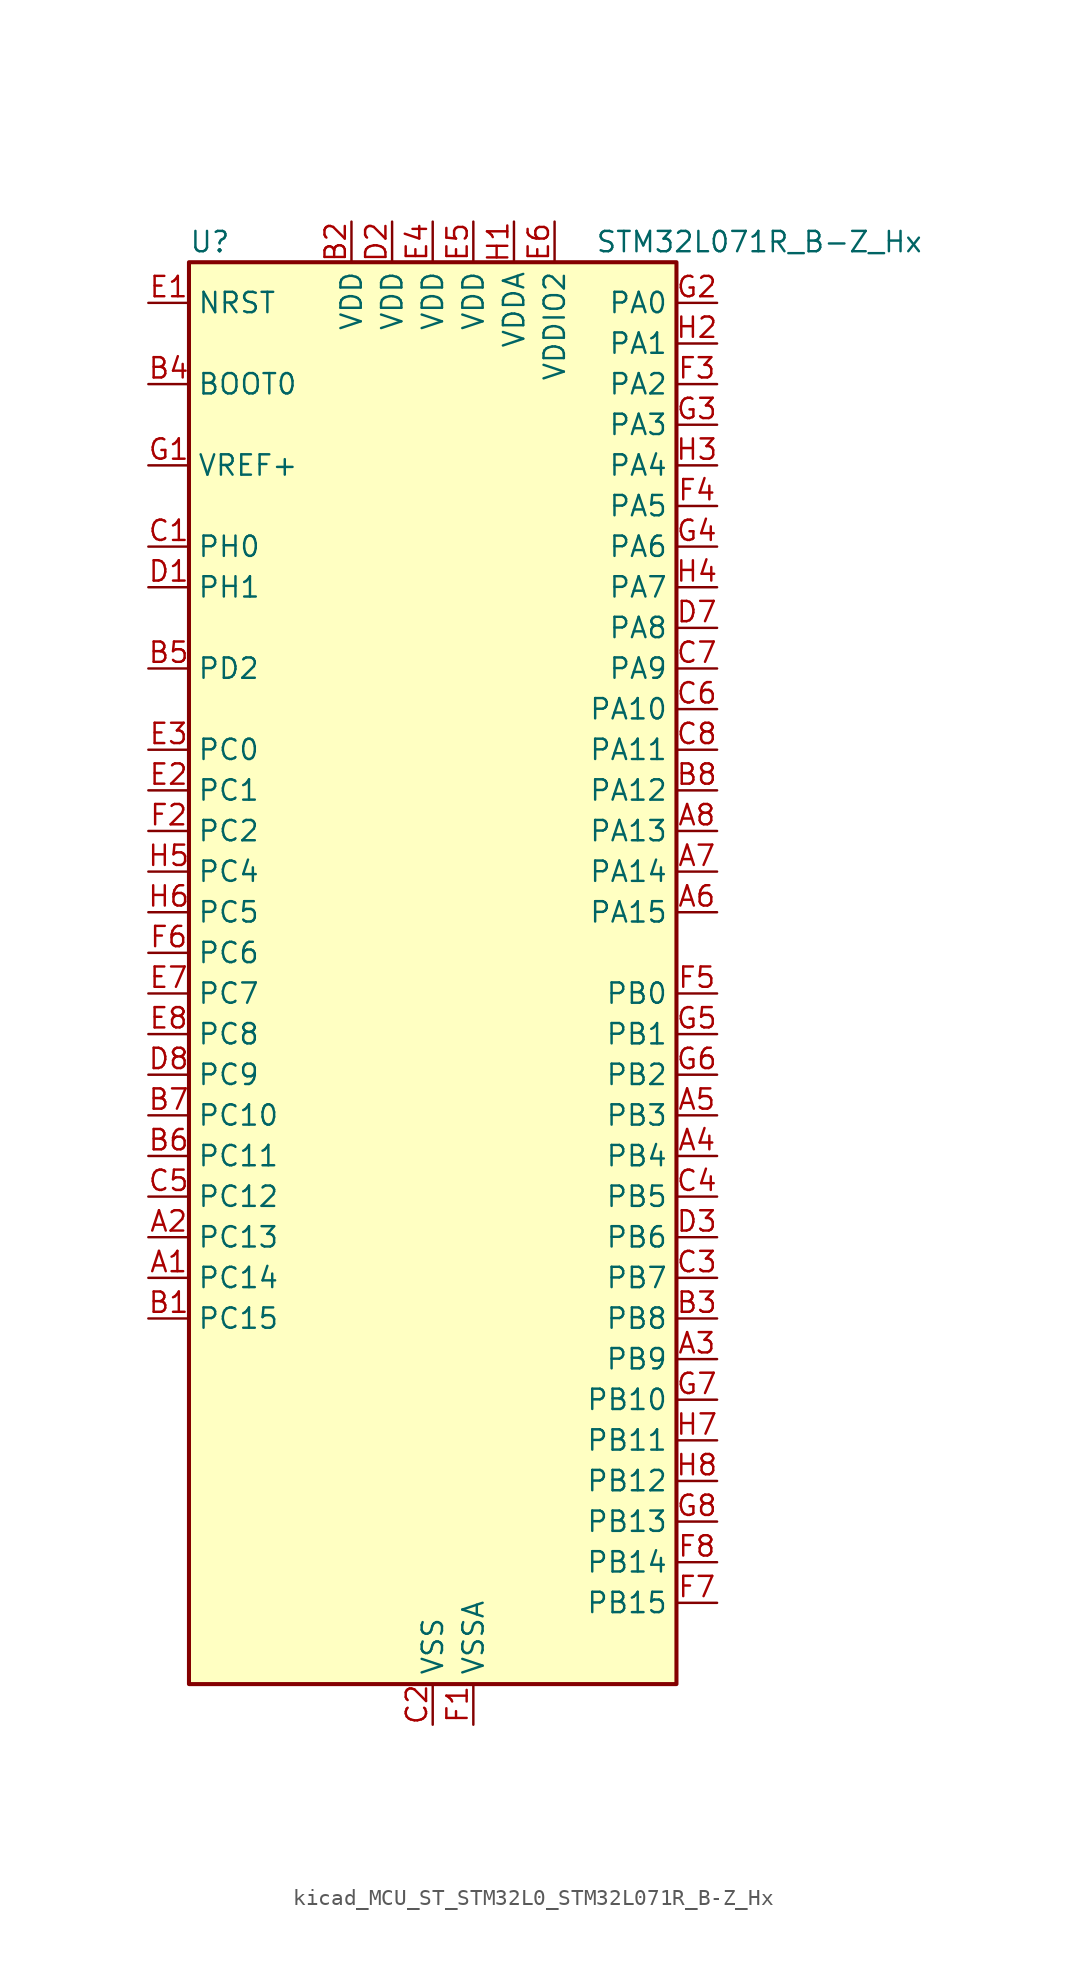
<source format=kicad_sym>
(kicad_symbol_lib
  (version 20220914)
  (generator kicad_symbol_editor)
  (symbol "kicad_MCU_ST_STM32L0_STM32L071R_B-Z_Hx"
    (property "Reference" "U"
      (at -15.24 46.99 0)
      (effects (font (size 1.27 1.27)) (justify left)))
    (property "Value" "STM32L071R_B-Z_Hx"
      (at 10.16 46.99 0)
      (effects (font (size 1.27 1.27)) (justify left)))
    (property "ki_locked" ""
      (at 0 0 0)
      (effects (font (size 1.27 1.27))))
    (symbol "kicad_MCU_ST_STM32L0_STM32L071R_B-Z_Hx_0_1"
      (rectangle (start -15.24 -43.18) (end 15.24 45.72) (stroke (width 0.254) (type default)) (fill (type background))))
    (symbol "kicad_MCU_ST_STM32L0_STM32L071R_B-Z_Hx_1_1"
      (pin bidirectional line (at -17.78 -17.78 0) (length 2.54) (name "PC14" (effects (font (size 1.27 1.27)))) (number "A1" (effects (font (size 1.27 1.27)))) (alternate "RCC_OSC32_IN" bidirectional line))
      (pin bidirectional line (at -17.78 -15.24 0) (length 2.54) (name "PC13" (effects (font (size 1.27 1.27)))) (number "A2" (effects (font (size 1.27 1.27)))) (alternate "RTC_OUT_ALARM" bidirectional line) (alternate "RTC_OUT_CALIB" bidirectional line) (alternate "RTC_TAMP1" bidirectional line) (alternate "RTC_TS" bidirectional line) (alternate "SYS_WKUP2" bidirectional line))
      (pin bidirectional line (at 17.78 -22.86 180) (length 2.54) (name "PB9" (effects (font (size 1.27 1.27)))) (number "A3" (effects (font (size 1.27 1.27)))) (alternate "I2C1_SDA" bidirectional line) (alternate "I2S2_WS" bidirectional line) (alternate "SPI2_NSS" bidirectional line))
      (pin bidirectional line (at 17.78 -10.16 180) (length 2.54) (name "PB4" (effects (font (size 1.27 1.27)))) (number "A4" (effects (font (size 1.27 1.27)))) (alternate "COMP2_INP" bidirectional line) (alternate "I2C3_SDA" bidirectional line) (alternate "SPI1_MISO" bidirectional line) (alternate "TIM22_CH1" bidirectional line) (alternate "TIM3_CH1" bidirectional line) (alternate "USART1_CTS" bidirectional line) (alternate "USART5_RX" bidirectional line))
      (pin bidirectional line (at 17.78 -7.62 180) (length 2.54) (name "PB3" (effects (font (size 1.27 1.27)))) (number "A5" (effects (font (size 1.27 1.27)))) (alternate "COMP2_INM" bidirectional line) (alternate "SPI1_SCK" bidirectional line) (alternate "TIM2_CH2" bidirectional line) (alternate "USART1_DE" bidirectional line) (alternate "USART1_RTS" bidirectional line) (alternate "USART5_TX" bidirectional line))
      (pin bidirectional line (at 17.78 5.08 180) (length 2.54) (name "PA15" (effects (font (size 1.27 1.27)))) (number "A6" (effects (font (size 1.27 1.27)))) (alternate "SPI1_NSS" bidirectional line) (alternate "TIM2_CH1" bidirectional line) (alternate "TIM2_ETR" bidirectional line) (alternate "USART2_RX" bidirectional line) (alternate "USART4_DE" bidirectional line) (alternate "USART4_RTS" bidirectional line))
      (pin bidirectional line (at 17.78 7.62 180) (length 2.54) (name "PA14" (effects (font (size 1.27 1.27)))) (number "A7" (effects (font (size 1.27 1.27)))) (alternate "LPUART1_TX" bidirectional line) (alternate "SYS_SWCLK" bidirectional line) (alternate "USART2_TX" bidirectional line))
      (pin bidirectional line (at 17.78 10.16 180) (length 2.54) (name "PA13" (effects (font (size 1.27 1.27)))) (number "A8" (effects (font (size 1.27 1.27)))) (alternate "LPUART1_RX" bidirectional line) (alternate "SYS_SWDIO" bidirectional line))
      (pin bidirectional line (at -17.78 -20.32 0) (length 2.54) (name "PC15" (effects (font (size 1.27 1.27)))) (number "B1" (effects (font (size 1.27 1.27)))) (alternate "RCC_OSC32_OUT" bidirectional line))
      (pin power_in line (at -5.08 48.26 270) (length 2.54) (name "VDD" (effects (font (size 1.27 1.27)))) (number "B2" (effects (font (size 1.27 1.27)))))
      (pin bidirectional line (at 17.78 -20.32 180) (length 2.54) (name "PB8" (effects (font (size 1.27 1.27)))) (number "B3" (effects (font (size 1.27 1.27)))) (alternate "I2C1_SCL" bidirectional line))
      (pin input line (at -17.78 38.1 0) (length 2.54) (name "BOOT0" (effects (font (size 1.27 1.27)))) (number "B4" (effects (font (size 1.27 1.27)))))
      (pin bidirectional line (at -17.78 20.32 0) (length 2.54) (name "PD2" (effects (font (size 1.27 1.27)))) (number "B5" (effects (font (size 1.27 1.27)))) (alternate "LPUART1_DE" bidirectional line) (alternate "LPUART1_RTS" bidirectional line) (alternate "TIM3_ETR" bidirectional line) (alternate "USART5_RX" bidirectional line))
      (pin bidirectional line (at -17.78 -10.16 0) (length 2.54) (name "PC11" (effects (font (size 1.27 1.27)))) (number "B6" (effects (font (size 1.27 1.27)))) (alternate "ADC_EXTI11" bidirectional line) (alternate "LPUART1_RX" bidirectional line) (alternate "USART4_RX" bidirectional line))
      (pin bidirectional line (at -17.78 -7.62 0) (length 2.54) (name "PC10" (effects (font (size 1.27 1.27)))) (number "B7" (effects (font (size 1.27 1.27)))) (alternate "LPUART1_TX" bidirectional line) (alternate "USART4_TX" bidirectional line))
      (pin bidirectional line (at 17.78 12.7 180) (length 2.54) (name "PA12" (effects (font (size 1.27 1.27)))) (number "B8" (effects (font (size 1.27 1.27)))) (alternate "COMP2_OUT" bidirectional line) (alternate "SPI1_MOSI" bidirectional line) (alternate "USART1_DE" bidirectional line) (alternate "USART1_RTS" bidirectional line))
      (pin bidirectional line (at -17.78 27.94 0) (length 2.54) (name "PH0" (effects (font (size 1.27 1.27)))) (number "C1" (effects (font (size 1.27 1.27)))) (alternate "RCC_OSC_IN" bidirectional line))
      (pin power_in line (at 0 -45.72 90) (length 2.54) (name "VSS" (effects (font (size 1.27 1.27)))) (number "C2" (effects (font (size 1.27 1.27)))))
      (pin bidirectional line (at 17.78 -17.78 180) (length 2.54) (name "PB7" (effects (font (size 1.27 1.27)))) (number "C3" (effects (font (size 1.27 1.27)))) (alternate "COMP2_INP" bidirectional line) (alternate "I2C1_SDA" bidirectional line) (alternate "LPTIM1_IN2" bidirectional line) (alternate "SYS_PVD_IN" bidirectional line) (alternate "USART1_RX" bidirectional line) (alternate "USART4_CTS" bidirectional line))
      (pin bidirectional line (at 17.78 -12.7 180) (length 2.54) (name "PB5" (effects (font (size 1.27 1.27)))) (number "C4" (effects (font (size 1.27 1.27)))) (alternate "COMP2_INP" bidirectional line) (alternate "I2C1_SMBA" bidirectional line) (alternate "LPTIM1_IN1" bidirectional line) (alternate "SPI1_MOSI" bidirectional line) (alternate "TIM22_CH2" bidirectional line) (alternate "TIM3_CH2" bidirectional line) (alternate "USART1_CK" bidirectional line) (alternate "USART5_CK" bidirectional line) (alternate "USART5_DE" bidirectional line) (alternate "USART5_RTS" bidirectional line))
      (pin bidirectional line (at -17.78 -12.7 0) (length 2.54) (name "PC12" (effects (font (size 1.27 1.27)))) (number "C5" (effects (font (size 1.27 1.27)))) (alternate "USART4_CK" bidirectional line) (alternate "USART5_TX" bidirectional line))
      (pin bidirectional line (at 17.78 17.78 180) (length 2.54) (name "PA10" (effects (font (size 1.27 1.27)))) (number "C6" (effects (font (size 1.27 1.27)))) (alternate "I2C1_SDA" bidirectional line) (alternate "USART1_RX" bidirectional line))
      (pin bidirectional line (at 17.78 20.32 180) (length 2.54) (name "PA9" (effects (font (size 1.27 1.27)))) (number "C7" (effects (font (size 1.27 1.27)))) (alternate "I2C1_SCL" bidirectional line) (alternate "I2C3_SMBA" bidirectional line) (alternate "RCC_MCO" bidirectional line) (alternate "USART1_TX" bidirectional line))
      (pin bidirectional line (at 17.78 15.24 180) (length 2.54) (name "PA11" (effects (font (size 1.27 1.27)))) (number "C8" (effects (font (size 1.27 1.27)))) (alternate "ADC_EXTI11" bidirectional line) (alternate "COMP1_OUT" bidirectional line) (alternate "SPI1_MISO" bidirectional line) (alternate "USART1_CTS" bidirectional line))
      (pin bidirectional line (at -17.78 25.4 0) (length 2.54) (name "PH1" (effects (font (size 1.27 1.27)))) (number "D1" (effects (font (size 1.27 1.27)))) (alternate "RCC_OSC_OUT" bidirectional line))
      (pin power_in line (at -2.54 48.26 270) (length 2.54) (name "VDD" (effects (font (size 1.27 1.27)))) (number "D2" (effects (font (size 1.27 1.27)))))
      (pin bidirectional line (at 17.78 -15.24 180) (length 2.54) (name "PB6" (effects (font (size 1.27 1.27)))) (number "D3" (effects (font (size 1.27 1.27)))) (alternate "COMP2_INP" bidirectional line) (alternate "I2C1_SCL" bidirectional line) (alternate "LPTIM1_ETR" bidirectional line) (alternate "USART1_TX" bidirectional line))
      (pin passive line (at 0 -45.72 90) (length 2.54) hide (name "VSS" (effects (font (size 1.27 1.27)))) (number "D4" (effects (font (size 1.27 1.27)))))
      (pin passive line (at 0 -45.72 90) (length 2.54) hide (name "VSS" (effects (font (size 1.27 1.27)))) (number "D5" (effects (font (size 1.27 1.27)))))
      (pin passive line (at 0 -45.72 90) (length 2.54) hide (name "VSS" (effects (font (size 1.27 1.27)))) (number "D6" (effects (font (size 1.27 1.27)))))
      (pin bidirectional line (at 17.78 22.86 180) (length 2.54) (name "PA8" (effects (font (size 1.27 1.27)))) (number "D7" (effects (font (size 1.27 1.27)))) (alternate "I2C3_SCL" bidirectional line) (alternate "RCC_MCO" bidirectional line) (alternate "USART1_CK" bidirectional line))
      (pin bidirectional line (at -17.78 -5.08 0) (length 2.54) (name "PC9" (effects (font (size 1.27 1.27)))) (number "D8" (effects (font (size 1.27 1.27)))) (alternate "I2C3_SDA" bidirectional line) (alternate "TIM21_ETR" bidirectional line) (alternate "TIM3_CH4" bidirectional line))
      (pin input line (at -17.78 43.18 0) (length 2.54) (name "NRST" (effects (font (size 1.27 1.27)))) (number "E1" (effects (font (size 1.27 1.27)))))
      (pin bidirectional line (at -17.78 12.7 0) (length 2.54) (name "PC1" (effects (font (size 1.27 1.27)))) (number "E2" (effects (font (size 1.27 1.27)))) (alternate "ADC_IN11" bidirectional line) (alternate "I2C3_SDA" bidirectional line) (alternate "LPTIM1_OUT" bidirectional line) (alternate "LPUART1_TX" bidirectional line))
      (pin bidirectional line (at -17.78 15.24 0) (length 2.54) (name "PC0" (effects (font (size 1.27 1.27)))) (number "E3" (effects (font (size 1.27 1.27)))) (alternate "ADC_IN10" bidirectional line) (alternate "I2C3_SCL" bidirectional line) (alternate "LPTIM1_IN1" bidirectional line) (alternate "LPUART1_RX" bidirectional line))
      (pin power_in line (at 0 48.26 270) (length 2.54) (name "VDD" (effects (font (size 1.27 1.27)))) (number "E4" (effects (font (size 1.27 1.27)))))
      (pin power_in line (at 2.54 48.26 270) (length 2.54) (name "VDD" (effects (font (size 1.27 1.27)))) (number "E5" (effects (font (size 1.27 1.27)))))
      (pin power_in line (at 7.62 48.26 270) (length 2.54) (name "VDDIO2" (effects (font (size 1.27 1.27)))) (number "E6" (effects (font (size 1.27 1.27)))))
      (pin bidirectional line (at -17.78 0 0) (length 2.54) (name "PC7" (effects (font (size 1.27 1.27)))) (number "E7" (effects (font (size 1.27 1.27)))) (alternate "TIM22_CH2" bidirectional line) (alternate "TIM3_CH2" bidirectional line))
      (pin bidirectional line (at -17.78 -2.54 0) (length 2.54) (name "PC8" (effects (font (size 1.27 1.27)))) (number "E8" (effects (font (size 1.27 1.27)))) (alternate "TIM22_ETR" bidirectional line) (alternate "TIM3_CH3" bidirectional line))
      (pin power_in line (at 2.54 -45.72 90) (length 2.54) (name "VSSA" (effects (font (size 1.27 1.27)))) (number "F1" (effects (font (size 1.27 1.27)))))
      (pin bidirectional line (at -17.78 10.16 0) (length 2.54) (name "PC2" (effects (font (size 1.27 1.27)))) (number "F2" (effects (font (size 1.27 1.27)))) (alternate "ADC_IN12" bidirectional line) (alternate "I2S2_MCK" bidirectional line) (alternate "LPTIM1_IN2" bidirectional line) (alternate "SPI2_MISO" bidirectional line))
      (pin bidirectional line (at 17.78 38.1 180) (length 2.54) (name "PA2" (effects (font (size 1.27 1.27)))) (number "F3" (effects (font (size 1.27 1.27)))) (alternate "ADC_IN2" bidirectional line) (alternate "COMP2_INM" bidirectional line) (alternate "COMP2_OUT" bidirectional line) (alternate "LPUART1_TX" bidirectional line) (alternate "TIM21_CH1" bidirectional line) (alternate "TIM2_CH3" bidirectional line) (alternate "USART2_TX" bidirectional line))
      (pin bidirectional line (at 17.78 30.48 180) (length 2.54) (name "PA5" (effects (font (size 1.27 1.27)))) (number "F4" (effects (font (size 1.27 1.27)))) (alternate "ADC_IN5" bidirectional line) (alternate "COMP1_INM" bidirectional line) (alternate "COMP2_INM" bidirectional line) (alternate "SPI1_SCK" bidirectional line) (alternate "TIM2_CH1" bidirectional line) (alternate "TIM2_ETR" bidirectional line))
      (pin bidirectional line (at 17.78 0 180) (length 2.54) (name "PB0" (effects (font (size 1.27 1.27)))) (number "F5" (effects (font (size 1.27 1.27)))) (alternate "ADC_IN8" bidirectional line) (alternate "SYS_VREF_OUT_PB0" bidirectional line) (alternate "TIM3_CH3" bidirectional line))
      (pin bidirectional line (at -17.78 2.54 0) (length 2.54) (name "PC6" (effects (font (size 1.27 1.27)))) (number "F6" (effects (font (size 1.27 1.27)))) (alternate "TIM22_CH1" bidirectional line) (alternate "TIM3_CH1" bidirectional line))
      (pin bidirectional line (at 17.78 -38.1 180) (length 2.54) (name "PB15" (effects (font (size 1.27 1.27)))) (number "F7" (effects (font (size 1.27 1.27)))) (alternate "I2S2_SD" bidirectional line) (alternate "RTC_REFIN" bidirectional line) (alternate "SPI2_MOSI" bidirectional line))
      (pin bidirectional line (at 17.78 -35.56 180) (length 2.54) (name "PB14" (effects (font (size 1.27 1.27)))) (number "F8" (effects (font (size 1.27 1.27)))) (alternate "I2C2_SDA" bidirectional line) (alternate "I2S2_MCK" bidirectional line) (alternate "LPUART1_DE" bidirectional line) (alternate "LPUART1_RTS" bidirectional line) (alternate "RTC_OUT_ALARM" bidirectional line) (alternate "RTC_OUT_CALIB" bidirectional line) (alternate "SPI2_MISO" bidirectional line) (alternate "TIM21_CH2" bidirectional line))
      (pin input line (at -17.78 33.02 0) (length 2.54) (name "VREF+" (effects (font (size 1.27 1.27)))) (number "G1" (effects (font (size 1.27 1.27)))))
      (pin bidirectional line (at 17.78 43.18 180) (length 2.54) (name "PA0" (effects (font (size 1.27 1.27)))) (number "G2" (effects (font (size 1.27 1.27)))) (alternate "ADC_IN0" bidirectional line) (alternate "COMP1_INM" bidirectional line) (alternate "COMP1_OUT" bidirectional line) (alternate "RTC_TAMP2" bidirectional line) (alternate "SYS_WKUP1" bidirectional line) (alternate "TIM2_CH1" bidirectional line) (alternate "TIM2_ETR" bidirectional line) (alternate "USART2_CTS" bidirectional line) (alternate "USART4_TX" bidirectional line))
      (pin bidirectional line (at 17.78 35.56 180) (length 2.54) (name "PA3" (effects (font (size 1.27 1.27)))) (number "G3" (effects (font (size 1.27 1.27)))) (alternate "ADC_IN3" bidirectional line) (alternate "COMP2_INP" bidirectional line) (alternate "LPUART1_RX" bidirectional line) (alternate "TIM21_CH2" bidirectional line) (alternate "TIM2_CH4" bidirectional line) (alternate "USART2_RX" bidirectional line))
      (pin bidirectional line (at 17.78 27.94 180) (length 2.54) (name "PA6" (effects (font (size 1.27 1.27)))) (number "G4" (effects (font (size 1.27 1.27)))) (alternate "ADC_IN6" bidirectional line) (alternate "COMP1_OUT" bidirectional line) (alternate "LPUART1_CTS" bidirectional line) (alternate "SPI1_MISO" bidirectional line) (alternate "TIM22_CH1" bidirectional line) (alternate "TIM3_CH1" bidirectional line))
      (pin bidirectional line (at 17.78 -2.54 180) (length 2.54) (name "PB1" (effects (font (size 1.27 1.27)))) (number "G5" (effects (font (size 1.27 1.27)))) (alternate "ADC_IN9" bidirectional line) (alternate "LPUART1_DE" bidirectional line) (alternate "LPUART1_RTS" bidirectional line) (alternate "SYS_VREF_OUT_PB1" bidirectional line) (alternate "TIM3_CH4" bidirectional line))
      (pin bidirectional line (at 17.78 -5.08 180) (length 2.54) (name "PB2" (effects (font (size 1.27 1.27)))) (number "G6" (effects (font (size 1.27 1.27)))) (alternate "I2C3_SMBA" bidirectional line) (alternate "LPTIM1_OUT" bidirectional line))
      (pin bidirectional line (at 17.78 -25.4 180) (length 2.54) (name "PB10" (effects (font (size 1.27 1.27)))) (number "G7" (effects (font (size 1.27 1.27)))) (alternate "I2C2_SCL" bidirectional line) (alternate "LPUART1_RX" bidirectional line) (alternate "LPUART1_TX" bidirectional line) (alternate "SPI2_SCK" bidirectional line) (alternate "TIM2_CH3" bidirectional line))
      (pin bidirectional line (at 17.78 -33.02 180) (length 2.54) (name "PB13" (effects (font (size 1.27 1.27)))) (number "G8" (effects (font (size 1.27 1.27)))) (alternate "I2C2_SCL" bidirectional line) (alternate "I2S2_CK" bidirectional line) (alternate "LPUART1_CTS" bidirectional line) (alternate "RCC_MCO" bidirectional line) (alternate "SPI2_SCK" bidirectional line) (alternate "TIM21_CH1" bidirectional line))
      (pin power_in line (at 5.08 48.26 270) (length 2.54) (name "VDDA" (effects (font (size 1.27 1.27)))) (number "H1" (effects (font (size 1.27 1.27)))))
      (pin bidirectional line (at 17.78 40.64 180) (length 2.54) (name "PA1" (effects (font (size 1.27 1.27)))) (number "H2" (effects (font (size 1.27 1.27)))) (alternate "ADC_IN1" bidirectional line) (alternate "COMP1_INP" bidirectional line) (alternate "TIM21_ETR" bidirectional line) (alternate "TIM2_CH2" bidirectional line) (alternate "USART2_DE" bidirectional line) (alternate "USART2_RTS" bidirectional line) (alternate "USART4_RX" bidirectional line))
      (pin bidirectional line (at 17.78 33.02 180) (length 2.54) (name "PA4" (effects (font (size 1.27 1.27)))) (number "H3" (effects (font (size 1.27 1.27)))) (alternate "ADC_IN4" bidirectional line) (alternate "COMP1_INM" bidirectional line) (alternate "COMP2_INM" bidirectional line) (alternate "SPI1_NSS" bidirectional line) (alternate "TIM22_ETR" bidirectional line) (alternate "USART2_CK" bidirectional line))
      (pin bidirectional line (at 17.78 25.4 180) (length 2.54) (name "PA7" (effects (font (size 1.27 1.27)))) (number "H4" (effects (font (size 1.27 1.27)))) (alternate "ADC_IN7" bidirectional line) (alternate "COMP2_OUT" bidirectional line) (alternate "SPI1_MOSI" bidirectional line) (alternate "TIM22_CH2" bidirectional line) (alternate "TIM3_CH2" bidirectional line))
      (pin bidirectional line (at -17.78 7.62 0) (length 2.54) (name "PC4" (effects (font (size 1.27 1.27)))) (number "H5" (effects (font (size 1.27 1.27)))) (alternate "ADC_IN14" bidirectional line) (alternate "LPUART1_TX" bidirectional line))
      (pin bidirectional line (at -17.78 5.08 0) (length 2.54) (name "PC5" (effects (font (size 1.27 1.27)))) (number "H6" (effects (font (size 1.27 1.27)))) (alternate "ADC_IN15" bidirectional line) (alternate "LPUART1_RX" bidirectional line))
      (pin bidirectional line (at 17.78 -27.94 180) (length 2.54) (name "PB11" (effects (font (size 1.27 1.27)))) (number "H7" (effects (font (size 1.27 1.27)))) (alternate "ADC_EXTI11" bidirectional line) (alternate "I2C2_SDA" bidirectional line) (alternate "LPUART1_RX" bidirectional line) (alternate "LPUART1_TX" bidirectional line) (alternate "TIM2_CH4" bidirectional line))
      (pin bidirectional line (at 17.78 -30.48 180) (length 2.54) (name "PB12" (effects (font (size 1.27 1.27)))) (number "H8" (effects (font (size 1.27 1.27)))) (alternate "I2S2_WS" bidirectional line) (alternate "LPUART1_DE" bidirectional line) (alternate "LPUART1_RTS" bidirectional line) (alternate "SPI2_NSS" bidirectional line)))))
</source>
